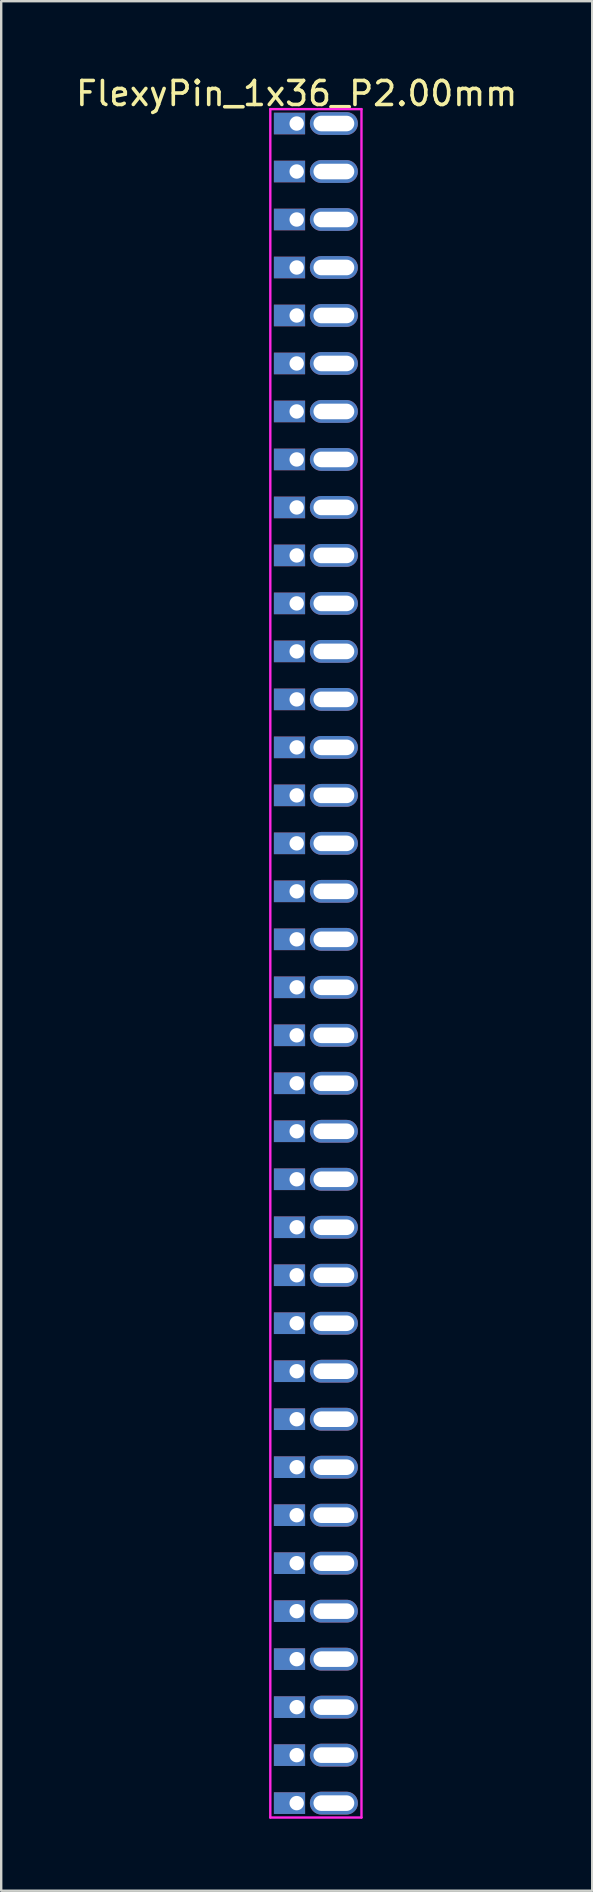
<source format=kicad_pcb>
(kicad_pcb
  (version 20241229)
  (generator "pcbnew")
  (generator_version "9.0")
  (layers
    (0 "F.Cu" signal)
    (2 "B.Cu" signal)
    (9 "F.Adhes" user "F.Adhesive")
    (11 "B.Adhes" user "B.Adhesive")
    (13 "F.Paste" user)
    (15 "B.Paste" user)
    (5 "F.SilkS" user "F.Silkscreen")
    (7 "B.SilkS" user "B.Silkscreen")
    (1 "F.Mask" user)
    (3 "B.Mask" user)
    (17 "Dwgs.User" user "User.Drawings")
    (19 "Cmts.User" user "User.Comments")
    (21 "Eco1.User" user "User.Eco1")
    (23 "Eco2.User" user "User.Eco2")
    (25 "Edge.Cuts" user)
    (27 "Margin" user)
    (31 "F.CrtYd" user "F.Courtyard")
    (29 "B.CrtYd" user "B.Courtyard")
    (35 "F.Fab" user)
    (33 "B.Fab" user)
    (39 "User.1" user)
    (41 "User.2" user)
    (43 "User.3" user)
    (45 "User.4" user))
  (footprint "FlexyPin_1x36_P2.00mm"
    (layer "F.Cu")
    (at 9.315 2.098)
    (property "Reference" "FlexyPin_1x36_P2.00mm" (at 0 -1.25 0) (layer "F.SilkS") (effects (font (size 1 1) (thickness 0.15))))
    (attr through_hole)
    (fp_line (start -1.1 -0.6) (end 2.7 -0.6) (stroke (width 0.1) (type solid)) (layer "F.CrtYd"))
    (fp_line (start -1.1 70.6) (end -1.1 -0.6) (stroke (width 0.1) (type solid)) (layer "F.CrtYd"))
    (fp_line (start 2.7 -0.6) (end 2.7 70.6) (stroke (width 0.1) (type solid)) (layer "F.CrtYd"))
    (fp_line (start 2.7 70.6) (end -1.1 70.6) (stroke (width 0.1) (type solid)) (layer "F.CrtYd"))
    (pad "" thru_hole oval (at 1.55 0) (size 2 0.95) (drill oval 1.7 0.65) (layers "*.Cu" "*.Mask"))
    (pad "" thru_hole oval (at 1.55 2) (size 2 0.95) (drill oval 1.7 0.65) (layers "*.Cu" "*.Mask"))
    (pad "" thru_hole oval (at 1.55 4) (size 2 0.95) (drill oval 1.7 0.65) (layers "*.Cu" "*.Mask"))
    (pad "" thru_hole oval (at 1.55 6) (size 2 0.95) (drill oval 1.7 0.65) (layers "*.Cu" "*.Mask"))
    (pad "" thru_hole oval (at 1.55 8) (size 2 0.95) (drill oval 1.7 0.65) (layers "*.Cu" "*.Mask"))
    (pad "" thru_hole oval (at 1.55 10) (size 2 0.95) (drill oval 1.7 0.65) (layers "*.Cu" "*.Mask"))
    (pad "" thru_hole oval (at 1.55 12) (size 2 0.95) (drill oval 1.7 0.65) (layers "*.Cu" "*.Mask"))
    (pad "" thru_hole oval (at 1.55 14) (size 2 0.95) (drill oval 1.7 0.65) (layers "*.Cu" "*.Mask"))
    (pad "" thru_hole oval (at 1.55 16) (size 2 0.95) (drill oval 1.7 0.65) (layers "*.Cu" "*.Mask"))
    (pad "" thru_hole oval (at 1.55 18) (size 2 0.95) (drill oval 1.7 0.65) (layers "*.Cu" "*.Mask"))
    (pad "" thru_hole oval (at 1.55 20) (size 2 0.95) (drill oval 1.7 0.65) (layers "*.Cu" "*.Mask"))
    (pad "" thru_hole oval (at 1.55 22) (size 2 0.95) (drill oval 1.7 0.65) (layers "*.Cu" "*.Mask"))
    (pad "" thru_hole oval (at 1.55 24) (size 2 0.95) (drill oval 1.7 0.65) (layers "*.Cu" "*.Mask"))
    (pad "" thru_hole oval (at 1.55 26) (size 2 0.95) (drill oval 1.7 0.65) (layers "*.Cu" "*.Mask"))
    (pad "" thru_hole oval (at 1.55 28) (size 2 0.95) (drill oval 1.7 0.65) (layers "*.Cu" "*.Mask"))
    (pad "" thru_hole oval (at 1.55 30) (size 2 0.95) (drill oval 1.7 0.65) (layers "*.Cu" "*.Mask"))
    (pad "" thru_hole oval (at 1.55 32) (size 2 0.95) (drill oval 1.7 0.65) (layers "*.Cu" "*.Mask"))
    (pad "" thru_hole oval (at 1.55 34) (size 2 0.95) (drill oval 1.7 0.65) (layers "*.Cu" "*.Mask"))
    (pad "" thru_hole oval (at 1.55 36) (size 2 0.95) (drill oval 1.7 0.65) (layers "*.Cu" "*.Mask"))
    (pad "" thru_hole oval (at 1.55 38) (size 2 0.95) (drill oval 1.7 0.65) (layers "*.Cu" "*.Mask"))
    (pad "" thru_hole oval (at 1.55 40) (size 2 0.95) (drill oval 1.7 0.65) (layers "*.Cu" "*.Mask"))
    (pad "" thru_hole oval (at 1.55 42) (size 2 0.95) (drill oval 1.7 0.65) (layers "*.Cu" "*.Mask"))
    (pad "" thru_hole oval (at 1.55 44) (size 2 0.95) (drill oval 1.7 0.65) (layers "*.Cu" "*.Mask"))
    (pad "" thru_hole oval (at 1.55 46) (size 2 0.95) (drill oval 1.7 0.65) (layers "*.Cu" "*.Mask"))
    (pad "" thru_hole oval (at 1.55 48) (size 2 0.95) (drill oval 1.7 0.65) (layers "*.Cu" "*.Mask"))
    (pad "" thru_hole oval (at 1.55 50) (size 2 0.95) (drill oval 1.7 0.65) (layers "*.Cu" "*.Mask"))
    (pad "" thru_hole oval (at 1.55 52) (size 2 0.95) (drill oval 1.7 0.65) (layers "*.Cu" "*.Mask"))
    (pad "" thru_hole oval (at 1.55 54) (size 2 0.95) (drill oval 1.7 0.65) (layers "*.Cu" "*.Mask"))
    (pad "" thru_hole oval (at 1.55 56) (size 2 0.95) (drill oval 1.7 0.65) (layers "*.Cu" "*.Mask"))
    (pad "" thru_hole oval (at 1.55 58) (size 2 0.95) (drill oval 1.7 0.65) (layers "*.Cu" "*.Mask"))
    (pad "" thru_hole oval (at 1.55 60) (size 2 0.95) (drill oval 1.7 0.65) (layers "*.Cu" "*.Mask"))
    (pad "" thru_hole oval (at 1.55 62) (size 2 0.95) (drill oval 1.7 0.65) (layers "*.Cu" "*.Mask"))
    (pad "" thru_hole oval (at 1.55 64) (size 2 0.95) (drill oval 1.7 0.65) (layers "*.Cu" "*.Mask"))
    (pad "" thru_hole oval (at 1.55 66) (size 2 0.95) (drill oval 1.7 0.65) (layers "*.Cu" "*.Mask"))
    (pad "" thru_hole oval (at 1.55 68) (size 2 0.95) (drill oval 1.7 0.65) (layers "*.Cu" "*.Mask"))
    (pad "" thru_hole oval (at 1.55 70) (size 2 0.95) (drill oval 1.7 0.65) (layers "*.Cu" "*.Mask"))
    (pad "1" thru_hole rect (at 0 0) (size 1.3 0.9) (drill 0.6 (offset -0.3 0)) (layers "*.Cu" "*.Mask"))
    (pad "2" thru_hole rect (at 0 2) (size 1.3 0.9) (drill 0.6 (offset -0.3 0)) (layers "*.Cu" "*.Mask"))
    (pad "3" thru_hole rect (at 0 4) (size 1.3 0.9) (drill 0.6 (offset -0.3 0)) (layers "*.Cu" "*.Mask"))
    (pad "4" thru_hole rect (at 0 6) (size 1.3 0.9) (drill 0.6 (offset -0.3 0)) (layers "*.Cu" "*.Mask"))
    (pad "5" thru_hole rect (at 0 8) (size 1.3 0.9) (drill 0.6 (offset -0.3 0)) (layers "*.Cu" "*.Mask"))
    (pad "6" thru_hole rect (at 0 10) (size 1.3 0.9) (drill 0.6 (offset -0.3 0)) (layers "*.Cu" "*.Mask"))
    (pad "7" thru_hole rect (at 0 12) (size 1.3 0.9) (drill 0.6 (offset -0.3 0)) (layers "*.Cu" "*.Mask"))
    (pad "8" thru_hole rect (at 0 14) (size 1.3 0.9) (drill 0.6 (offset -0.3 0)) (layers "*.Cu" "*.Mask"))
    (pad "9" thru_hole rect (at 0 16) (size 1.3 0.9) (drill 0.6 (offset -0.3 0)) (layers "*.Cu" "*.Mask"))
    (pad "10" thru_hole rect (at 0 18) (size 1.3 0.9) (drill 0.6 (offset -0.3 0)) (layers "*.Cu" "*.Mask"))
    (pad "11" thru_hole rect (at 0 20) (size 1.3 0.9) (drill 0.6 (offset -0.3 0)) (layers "*.Cu" "*.Mask"))
    (pad "12" thru_hole rect (at 0 22) (size 1.3 0.9) (drill 0.6 (offset -0.3 0)) (layers "*.Cu" "*.Mask"))
    (pad "13" thru_hole rect (at 0 24) (size 1.3 0.9) (drill 0.6 (offset -0.3 0)) (layers "*.Cu" "*.Mask"))
    (pad "14" thru_hole rect (at 0 26) (size 1.3 0.9) (drill 0.6 (offset -0.3 0)) (layers "*.Cu" "*.Mask"))
    (pad "15" thru_hole rect (at 0 28) (size 1.3 0.9) (drill 0.6 (offset -0.3 0)) (layers "*.Cu" "*.Mask"))
    (pad "16" thru_hole rect (at 0 30) (size 1.3 0.9) (drill 0.6 (offset -0.3 0)) (layers "*.Cu" "*.Mask"))
    (pad "17" thru_hole rect (at 0 32) (size 1.3 0.9) (drill 0.6 (offset -0.3 0)) (layers "*.Cu" "*.Mask"))
    (pad "18" thru_hole rect (at 0 34) (size 1.3 0.9) (drill 0.6 (offset -0.3 0)) (layers "*.Cu" "*.Mask"))
    (pad "19" thru_hole rect (at 0 36) (size 1.3 0.9) (drill 0.6 (offset -0.3 0)) (layers "*.Cu" "*.Mask"))
    (pad "20" thru_hole rect (at 0 38) (size 1.3 0.9) (drill 0.6 (offset -0.3 0)) (layers "*.Cu" "*.Mask"))
    (pad "21" thru_hole rect (at 0 40) (size 1.3 0.9) (drill 0.6 (offset -0.3 0)) (layers "*.Cu" "*.Mask"))
    (pad "22" thru_hole rect (at 0 42) (size 1.3 0.9) (drill 0.6 (offset -0.3 0)) (layers "*.Cu" "*.Mask"))
    (pad "23" thru_hole rect (at 0 44) (size 1.3 0.9) (drill 0.6 (offset -0.3 0)) (layers "*.Cu" "*.Mask"))
    (pad "24" thru_hole rect (at 0 46) (size 1.3 0.9) (drill 0.6 (offset -0.3 0)) (layers "*.Cu" "*.Mask"))
    (pad "25" thru_hole rect (at 0 48) (size 1.3 0.9) (drill 0.6 (offset -0.3 0)) (layers "*.Cu" "*.Mask"))
    (pad "26" thru_hole rect (at 0 50) (size 1.3 0.9) (drill 0.6 (offset -0.3 0)) (layers "*.Cu" "*.Mask"))
    (pad "27" thru_hole rect (at 0 52) (size 1.3 0.9) (drill 0.6 (offset -0.3 0)) (layers "*.Cu" "*.Mask"))
    (pad "28" thru_hole rect (at 0 54) (size 1.3 0.9) (drill 0.6 (offset -0.3 0)) (layers "*.Cu" "*.Mask"))
    (pad "29" thru_hole rect (at 0 56) (size 1.3 0.9) (drill 0.6 (offset -0.3 0)) (layers "*.Cu" "*.Mask"))
    (pad "30" thru_hole rect (at 0 58) (size 1.3 0.9) (drill 0.6 (offset -0.3 0)) (layers "*.Cu" "*.Mask"))
    (pad "31" thru_hole rect (at 0 60) (size 1.3 0.9) (drill 0.6 (offset -0.3 0)) (layers "*.Cu" "*.Mask"))
    (pad "32" thru_hole rect (at 0 62) (size 1.3 0.9) (drill 0.6 (offset -0.3 0)) (layers "*.Cu" "*.Mask"))
    (pad "33" thru_hole rect (at 0 64) (size 1.3 0.9) (drill 0.6 (offset -0.3 0)) (layers "*.Cu" "*.Mask"))
    (pad "34" thru_hole rect (at 0 66) (size 1.3 0.9) (drill 0.6 (offset -0.3 0)) (layers "*.Cu" "*.Mask"))
    (pad "35" thru_hole rect (at 0 68) (size 1.3 0.9) (drill 0.6 (offset -0.3 0)) (layers "*.Cu" "*.Mask"))
    (pad "36" thru_hole rect (at 0 70) (size 1.3 0.9) (drill 0.6 (offset -0.3 0)) (layers "*.Cu" "*.Mask")))
  (gr_rect
    (start -3 -3)
    (end 21.631 75.748)
    (stroke (width 0.1) (type default))
    (fill no)
    (layer "Edge.Cuts")))
</source>
